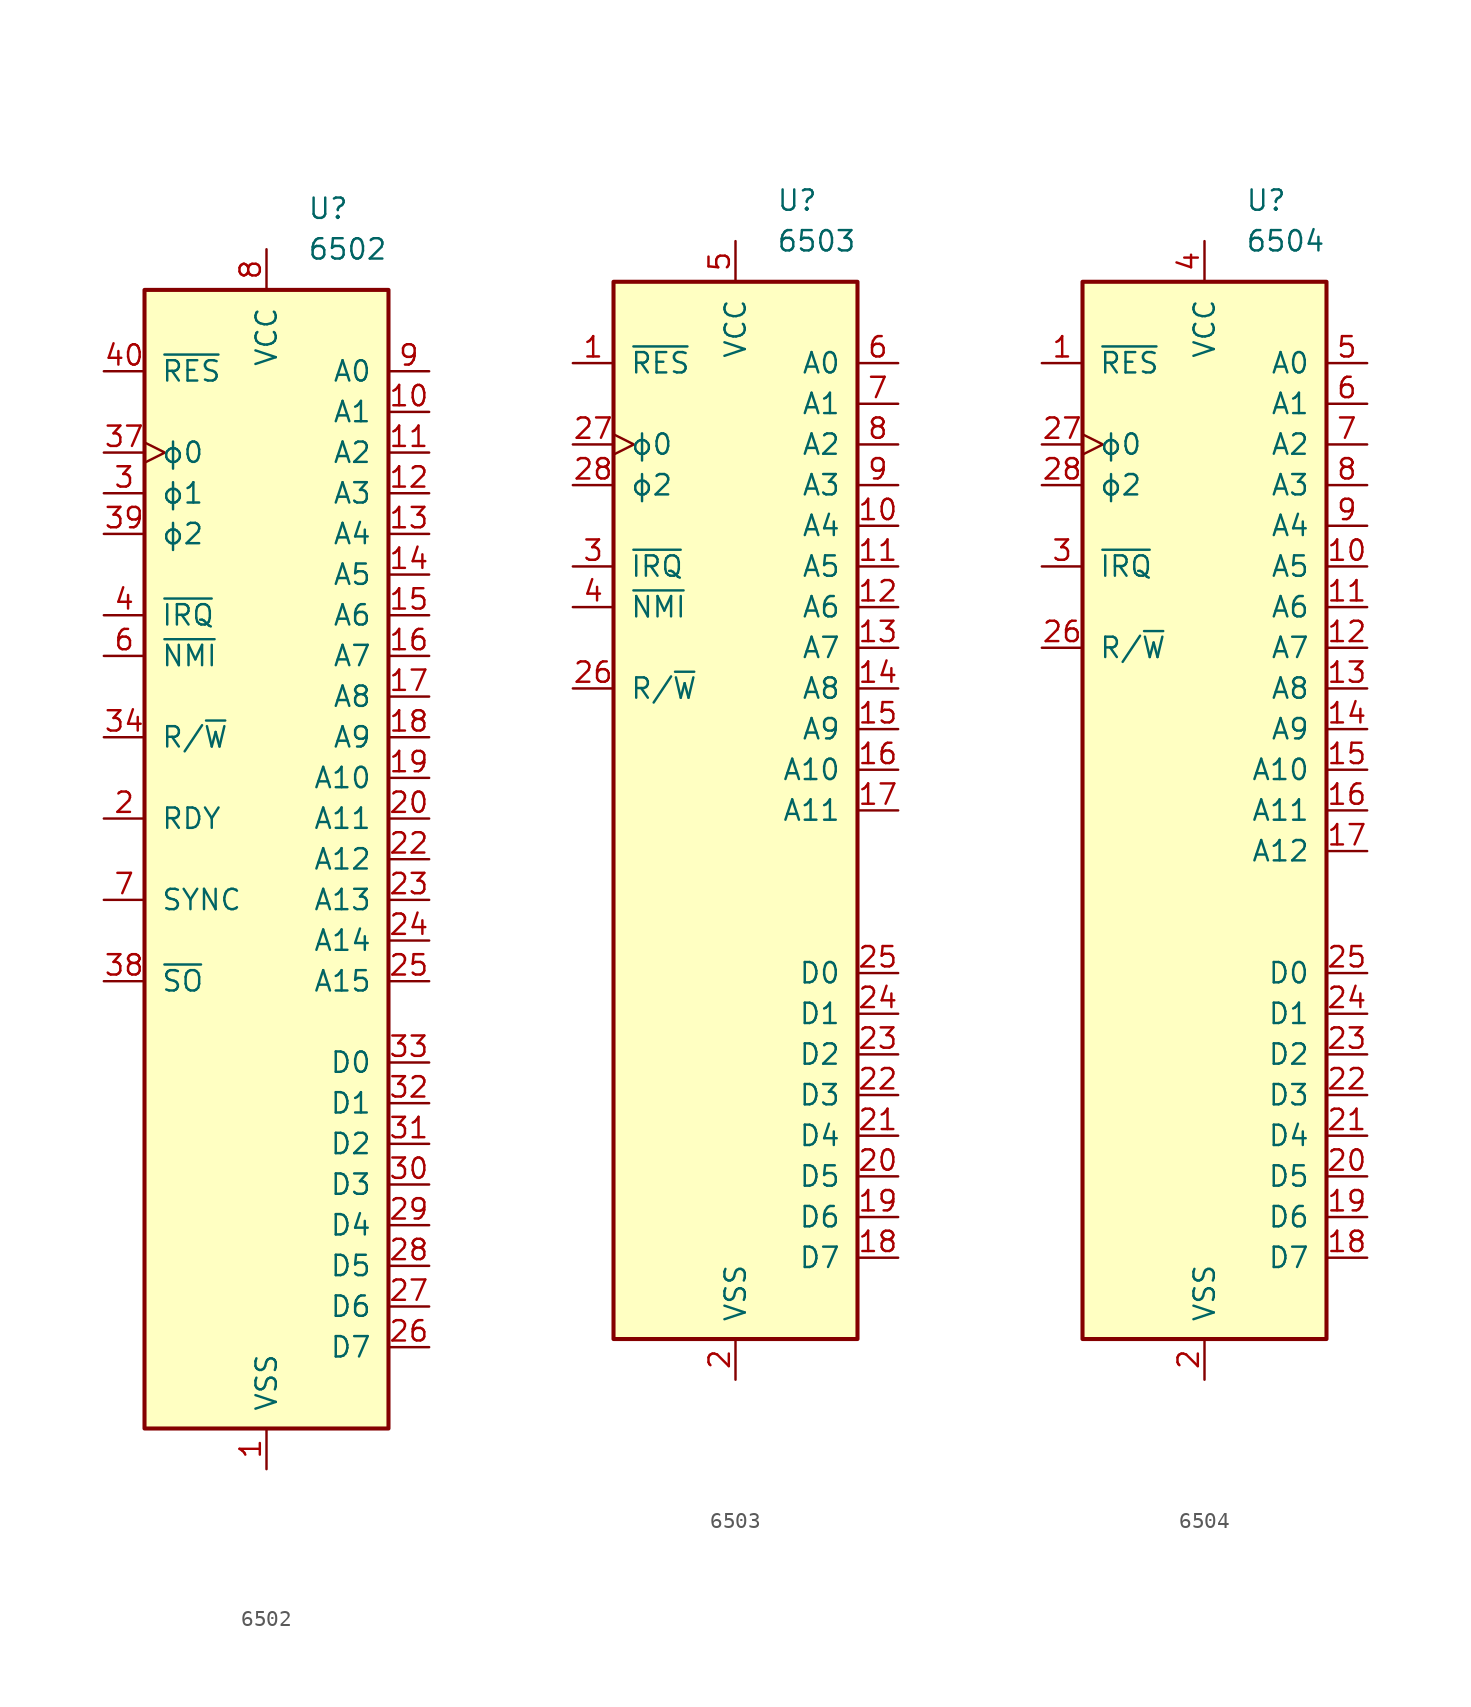
<source format=kicad_sym>
(kicad_symbol_lib
  (version 20211014)
  (generator kicad_symbol_editor)
  (symbol "6502"
    (pin_names
      (offset 1.016))
    (property "Reference" "U"
      (at 2.54 40.64 0)
      (effects (font (size 1.27 1.27)) (justify left)))
    (property "Value" "6502"
      (at 2.54 38.1 0)
      (effects (font (size 1.27 1.27)) (justify left)))
    (symbol "6502_0_1"
      (rectangle (start -7.62 35.56) (end 7.62 -35.56) (stroke (width 0.254) (type default) (color 0 0 0 0)) (fill (type background))))
    (symbol "6502_1_1"
      (pin power_in line (at 0 -38.1 90) (length 2.54) (name "VSS" (effects (font (size 1.27 1.27)))) (number "1" (effects (font (size 1.27 1.27)))))
      (pin output line (at 10.16 27.94 180) (length 2.54) (name "A1" (effects (font (size 1.27 1.27)))) (number "10" (effects (font (size 1.27 1.27)))))
      (pin output line (at 10.16 25.4 180) (length 2.54) (name "A2" (effects (font (size 1.27 1.27)))) (number "11" (effects (font (size 1.27 1.27)))))
      (pin output line (at 10.16 22.86 180) (length 2.54) (name "A3" (effects (font (size 1.27 1.27)))) (number "12" (effects (font (size 1.27 1.27)))))
      (pin output line (at 10.16 20.32 180) (length 2.54) (name "A4" (effects (font (size 1.27 1.27)))) (number "13" (effects (font (size 1.27 1.27)))))
      (pin output line (at 10.16 17.78 180) (length 2.54) (name "A5" (effects (font (size 1.27 1.27)))) (number "14" (effects (font (size 1.27 1.27)))))
      (pin output line (at 10.16 15.24 180) (length 2.54) (name "A6" (effects (font (size 1.27 1.27)))) (number "15" (effects (font (size 1.27 1.27)))))
      (pin output line (at 10.16 12.7 180) (length 2.54) (name "A7" (effects (font (size 1.27 1.27)))) (number "16" (effects (font (size 1.27 1.27)))))
      (pin output line (at 10.16 10.16 180) (length 2.54) (name "A8" (effects (font (size 1.27 1.27)))) (number "17" (effects (font (size 1.27 1.27)))))
      (pin output line (at 10.16 7.62 180) (length 2.54) (name "A9" (effects (font (size 1.27 1.27)))) (number "18" (effects (font (size 1.27 1.27)))))
      (pin output line (at 10.16 5.08 180) (length 2.54) (name "A10" (effects (font (size 1.27 1.27)))) (number "19" (effects (font (size 1.27 1.27)))))
      (pin input line (at -10.16 2.54 0) (length 2.54) (name "RDY" (effects (font (size 1.27 1.27)))) (number "2" (effects (font (size 1.27 1.27)))))
      (pin output line (at 10.16 2.54 180) (length 2.54) (name "A11" (effects (font (size 1.27 1.27)))) (number "20" (effects (font (size 1.27 1.27)))))
      (pin passive line (at 0 -38.1 90) (length 2.54) hide (name "VSS" (effects (font (size 1.27 1.27)))) (number "21" (effects (font (size 1.27 1.27)))))
      (pin output line (at 10.16 0 180) (length 2.54) (name "A12" (effects (font (size 1.27 1.27)))) (number "22" (effects (font (size 1.27 1.27)))))
      (pin output line (at 10.16 -2.54 180) (length 2.54) (name "A13" (effects (font (size 1.27 1.27)))) (number "23" (effects (font (size 1.27 1.27)))))
      (pin output line (at 10.16 -5.08 180) (length 2.54) (name "A14" (effects (font (size 1.27 1.27)))) (number "24" (effects (font (size 1.27 1.27)))))
      (pin output line (at 10.16 -7.62 180) (length 2.54) (name "A15" (effects (font (size 1.27 1.27)))) (number "25" (effects (font (size 1.27 1.27)))))
      (pin bidirectional line (at 10.16 -30.48 180) (length 2.54) (name "D7" (effects (font (size 1.27 1.27)))) (number "26" (effects (font (size 1.27 1.27)))))
      (pin bidirectional line (at 10.16 -27.94 180) (length 2.54) (name "D6" (effects (font (size 1.27 1.27)))) (number "27" (effects (font (size 1.27 1.27)))))
      (pin bidirectional line (at 10.16 -25.4 180) (length 2.54) (name "D5" (effects (font (size 1.27 1.27)))) (number "28" (effects (font (size 1.27 1.27)))))
      (pin bidirectional line (at 10.16 -22.86 180) (length 2.54) (name "D4" (effects (font (size 1.27 1.27)))) (number "29" (effects (font (size 1.27 1.27)))))
      (pin output line (at -10.16 22.86 0) (length 2.54) (name "ϕ1" (effects (font (size 1.27 1.27)))) (number "3" (effects (font (size 1.27 1.27)))))
      (pin bidirectional line (at 10.16 -20.32 180) (length 2.54) (name "D3" (effects (font (size 1.27 1.27)))) (number "30" (effects (font (size 1.27 1.27)))))
      (pin bidirectional line (at 10.16 -17.78 180) (length 2.54) (name "D2" (effects (font (size 1.27 1.27)))) (number "31" (effects (font (size 1.27 1.27)))))
      (pin bidirectional line (at 10.16 -15.24 180) (length 2.54) (name "D1" (effects (font (size 1.27 1.27)))) (number "32" (effects (font (size 1.27 1.27)))))
      (pin bidirectional line (at 10.16 -12.7 180) (length 2.54) (name "D0" (effects (font (size 1.27 1.27)))) (number "33" (effects (font (size 1.27 1.27)))))
      (pin output line (at -10.16 7.62 0) (length 2.54) (name "R/~{W}" (effects (font (size 1.27 1.27)))) (number "34" (effects (font (size 1.27 1.27)))))
      (pin no_connect non_logic (at -7.62 -15.24 0) (length 2.54) hide (name "nc" (effects (font (size 1.27 1.27)))) (number "35" (effects (font (size 1.27 1.27)))))
      (pin no_connect non_logic (at -7.62 -17.78 0) (length 2.54) hide (name "nc" (effects (font (size 1.27 1.27)))) (number "36" (effects (font (size 1.27 1.27)))))
      (pin input clock (at -10.16 25.4 0) (length 2.54) (name "ϕ0" (effects (font (size 1.27 1.27)))) (number "37" (effects (font (size 1.27 1.27)))))
      (pin input line (at -10.16 -7.62 0) (length 2.54) (name "~{SO}" (effects (font (size 1.27 1.27)))) (number "38" (effects (font (size 1.27 1.27)))))
      (pin output line (at -10.16 20.32 0) (length 2.54) (name "ϕ2" (effects (font (size 1.27 1.27)))) (number "39" (effects (font (size 1.27 1.27)))))
      (pin input line (at -10.16 15.24 0) (length 2.54) (name "~{IRQ}" (effects (font (size 1.27 1.27)))) (number "4" (effects (font (size 1.27 1.27)))))
      (pin input line (at -10.16 30.48 0) (length 2.54) (name "~{RES}" (effects (font (size 1.27 1.27)))) (number "40" (effects (font (size 1.27 1.27)))))
      (pin no_connect non_logic (at -7.62 -12.7 0) (length 2.565) hide (name "nc" (effects (font (size 1.27 1.27)))) (number "5" (effects (font (size 1.27 1.27)))))
      (pin input line (at -10.16 12.7 0) (length 2.54) (name "~{NMI}" (effects (font (size 1.27 1.27)))) (number "6" (effects (font (size 1.27 1.27)))))
      (pin output line (at -10.16 -2.54 0) (length 2.54) (name "SYNC" (effects (font (size 1.27 1.27)))) (number "7" (effects (font (size 1.27 1.27)))))
      (pin power_in line (at 0 38.1 270) (length 2.54) (name "VCC" (effects (font (size 1.27 1.27)))) (number "8" (effects (font (size 1.27 1.27)))))
      (pin output line (at 10.16 30.48 180) (length 2.54) (name "A0" (effects (font (size 1.27 1.27)))) (number "9" (effects (font (size 1.27 1.27)))))))
  (symbol "6503"
    (pin_names
      (offset 1.016))
    (property "Reference" "U"
      (at 2.54 38.1 0)
      (effects (font (size 1.27 1.27)) (justify left)))
    (property "Value" "6503"
      (at 2.54 35.56 0)
      (effects (font (size 1.27 1.27)) (justify left)))
    (symbol "6503_0_1"
      (rectangle (start -7.62 33.02) (end 7.62 -33.02) (stroke (width 0.254) (type default) (color 0 0 0 0)) (fill (type background))))
    (symbol "6503_1_1"
      (pin input line (at -10.16 27.94 0) (length 2.54) (name "~{RES}" (effects (font (size 1.27 1.27)))) (number "1" (effects (font (size 1.27 1.27)))))
      (pin output line (at 10.16 17.78 180) (length 2.54) (name "A4" (effects (font (size 1.27 1.27)))) (number "10" (effects (font (size 1.27 1.27)))))
      (pin output line (at 10.16 15.24 180) (length 2.54) (name "A5" (effects (font (size 1.27 1.27)))) (number "11" (effects (font (size 1.27 1.27)))))
      (pin output line (at 10.16 12.7 180) (length 2.54) (name "A6" (effects (font (size 1.27 1.27)))) (number "12" (effects (font (size 1.27 1.27)))))
      (pin output line (at 10.16 10.16 180) (length 2.54) (name "A7" (effects (font (size 1.27 1.27)))) (number "13" (effects (font (size 1.27 1.27)))))
      (pin output line (at 10.16 7.62 180) (length 2.54) (name "A8" (effects (font (size 1.27 1.27)))) (number "14" (effects (font (size 1.27 1.27)))))
      (pin output line (at 10.16 5.08 180) (length 2.54) (name "A9" (effects (font (size 1.27 1.27)))) (number "15" (effects (font (size 1.27 1.27)))))
      (pin output line (at 10.16 2.54 180) (length 2.54) (name "A10" (effects (font (size 1.27 1.27)))) (number "16" (effects (font (size 1.27 1.27)))))
      (pin output line (at 10.16 0 180) (length 2.54) (name "A11" (effects (font (size 1.27 1.27)))) (number "17" (effects (font (size 1.27 1.27)))))
      (pin bidirectional line (at 10.16 -27.94 180) (length 2.54) (name "D7" (effects (font (size 1.27 1.27)))) (number "18" (effects (font (size 1.27 1.27)))))
      (pin bidirectional line (at 10.16 -25.4 180) (length 2.54) (name "D6" (effects (font (size 1.27 1.27)))) (number "19" (effects (font (size 1.27 1.27)))))
      (pin power_in line (at 0 -35.56 90) (length 2.54) (name "VSS" (effects (font (size 1.27 1.27)))) (number "2" (effects (font (size 1.27 1.27)))))
      (pin bidirectional line (at 10.16 -22.86 180) (length 2.54) (name "D5" (effects (font (size 1.27 1.27)))) (number "20" (effects (font (size 1.27 1.27)))))
      (pin bidirectional line (at 10.16 -20.32 180) (length 2.54) (name "D4" (effects (font (size 1.27 1.27)))) (number "21" (effects (font (size 1.27 1.27)))))
      (pin bidirectional line (at 10.16 -17.78 180) (length 2.54) (name "D3" (effects (font (size 1.27 1.27)))) (number "22" (effects (font (size 1.27 1.27)))))
      (pin bidirectional line (at 10.16 -15.24 180) (length 2.54) (name "D2" (effects (font (size 1.27 1.27)))) (number "23" (effects (font (size 1.27 1.27)))))
      (pin bidirectional line (at 10.16 -12.7 180) (length 2.54) (name "D1" (effects (font (size 1.27 1.27)))) (number "24" (effects (font (size 1.27 1.27)))))
      (pin bidirectional line (at 10.16 -10.16 180) (length 2.54) (name "D0" (effects (font (size 1.27 1.27)))) (number "25" (effects (font (size 1.27 1.27)))))
      (pin output line (at -10.16 7.62 0) (length 2.54) (name "R/~{W}" (effects (font (size 1.27 1.27)))) (number "26" (effects (font (size 1.27 1.27)))))
      (pin input clock (at -10.16 22.86 0) (length 2.54) (name "ϕ0" (effects (font (size 1.27 1.27)))) (number "27" (effects (font (size 1.27 1.27)))))
      (pin output line (at -10.16 20.32 0) (length 2.54) (name "ϕ2" (effects (font (size 1.27 1.27)))) (number "28" (effects (font (size 1.27 1.27)))))
      (pin input line (at -10.16 15.24 0) (length 2.54) (name "~{IRQ}" (effects (font (size 1.27 1.27)))) (number "3" (effects (font (size 1.27 1.27)))))
      (pin input line (at -10.16 12.7 0) (length 2.54) (name "~{NMI}" (effects (font (size 1.27 1.27)))) (number "4" (effects (font (size 1.27 1.27)))))
      (pin power_in line (at 0 35.56 270) (length 2.54) (name "VCC" (effects (font (size 1.27 1.27)))) (number "5" (effects (font (size 1.27 1.27)))))
      (pin output line (at 10.16 27.94 180) (length 2.54) (name "A0" (effects (font (size 1.27 1.27)))) (number "6" (effects (font (size 1.27 1.27)))))
      (pin output line (at 10.16 25.4 180) (length 2.54) (name "A1" (effects (font (size 1.27 1.27)))) (number "7" (effects (font (size 1.27 1.27)))))
      (pin output line (at 10.16 22.86 180) (length 2.54) (name "A2" (effects (font (size 1.27 1.27)))) (number "8" (effects (font (size 1.27 1.27)))))
      (pin output line (at 10.16 20.32 180) (length 2.54) (name "A3" (effects (font (size 1.27 1.27)))) (number "9" (effects (font (size 1.27 1.27)))))))
  (symbol "6504"
    (pin_names
      (offset 1.016))
    (property "Reference" "U"
      (at 2.54 38.1 0)
      (effects (font (size 1.27 1.27)) (justify left)))
    (property "Value" "6504"
      (at 2.54 35.56 0)
      (effects (font (size 1.27 1.27)) (justify left)))
    (symbol "6504_0_1"
      (rectangle (start -7.62 33.02) (end 7.62 -33.02) (stroke (width 0.254) (type default) (color 0 0 0 0)) (fill (type background))))
    (symbol "6504_1_1"
      (pin input line (at -10.16 27.94 0) (length 2.54) (name "~{RES}" (effects (font (size 1.27 1.27)))) (number "1" (effects (font (size 1.27 1.27)))))
      (pin output line (at 10.16 15.24 180) (length 2.54) (name "A5" (effects (font (size 1.27 1.27)))) (number "10" (effects (font (size 1.27 1.27)))))
      (pin output line (at 10.16 12.7 180) (length 2.54) (name "A6" (effects (font (size 1.27 1.27)))) (number "11" (effects (font (size 1.27 1.27)))))
      (pin output line (at 10.16 10.16 180) (length 2.54) (name "A7" (effects (font (size 1.27 1.27)))) (number "12" (effects (font (size 1.27 1.27)))))
      (pin output line (at 10.16 7.62 180) (length 2.54) (name "A8" (effects (font (size 1.27 1.27)))) (number "13" (effects (font (size 1.27 1.27)))))
      (pin output line (at 10.16 5.08 180) (length 2.54) (name "A9" (effects (font (size 1.27 1.27)))) (number "14" (effects (font (size 1.27 1.27)))))
      (pin output line (at 10.16 2.54 180) (length 2.54) (name "A10" (effects (font (size 1.27 1.27)))) (number "15" (effects (font (size 1.27 1.27)))))
      (pin output line (at 10.16 0 180) (length 2.54) (name "A11" (effects (font (size 1.27 1.27)))) (number "16" (effects (font (size 1.27 1.27)))))
      (pin output line (at 10.16 -2.54 180) (length 2.54) (name "A12" (effects (font (size 1.27 1.27)))) (number "17" (effects (font (size 1.27 1.27)))))
      (pin bidirectional line (at 10.16 -27.94 180) (length 2.54) (name "D7" (effects (font (size 1.27 1.27)))) (number "18" (effects (font (size 1.27 1.27)))))
      (pin bidirectional line (at 10.16 -25.4 180) (length 2.54) (name "D6" (effects (font (size 1.27 1.27)))) (number "19" (effects (font (size 1.27 1.27)))))
      (pin power_in line (at 0 -35.56 90) (length 2.54) (name "VSS" (effects (font (size 1.27 1.27)))) (number "2" (effects (font (size 1.27 1.27)))))
      (pin bidirectional line (at 10.16 -22.86 180) (length 2.54) (name "D5" (effects (font (size 1.27 1.27)))) (number "20" (effects (font (size 1.27 1.27)))))
      (pin bidirectional line (at 10.16 -20.32 180) (length 2.54) (name "D4" (effects (font (size 1.27 1.27)))) (number "21" (effects (font (size 1.27 1.27)))))
      (pin bidirectional line (at 10.16 -17.78 180) (length 2.54) (name "D3" (effects (font (size 1.27 1.27)))) (number "22" (effects (font (size 1.27 1.27)))))
      (pin bidirectional line (at 10.16 -15.24 180) (length 2.54) (name "D2" (effects (font (size 1.27 1.27)))) (number "23" (effects (font (size 1.27 1.27)))))
      (pin bidirectional line (at 10.16 -12.7 180) (length 2.54) (name "D1" (effects (font (size 1.27 1.27)))) (number "24" (effects (font (size 1.27 1.27)))))
      (pin bidirectional line (at 10.16 -10.16 180) (length 2.54) (name "D0" (effects (font (size 1.27 1.27)))) (number "25" (effects (font (size 1.27 1.27)))))
      (pin output line (at -10.16 10.16 0) (length 2.54) (name "R/~{W}" (effects (font (size 1.27 1.27)))) (number "26" (effects (font (size 1.27 1.27)))))
      (pin input clock (at -10.16 22.86 0) (length 2.54) (name "ϕ0" (effects (font (size 1.27 1.27)))) (number "27" (effects (font (size 1.27 1.27)))))
      (pin output line (at -10.16 20.32 0) (length 2.54) (name "ϕ2" (effects (font (size 1.27 1.27)))) (number "28" (effects (font (size 1.27 1.27)))))
      (pin input line (at -10.16 15.24 0) (length 2.54) (name "~{IRQ}" (effects (font (size 1.27 1.27)))) (number "3" (effects (font (size 1.27 1.27)))))
      (pin power_in line (at 0 35.56 270) (length 2.54) (name "VCC" (effects (font (size 1.27 1.27)))) (number "4" (effects (font (size 1.27 1.27)))))
      (pin output line (at 10.16 27.94 180) (length 2.54) (name "A0" (effects (font (size 1.27 1.27)))) (number "5" (effects (font (size 1.27 1.27)))))
      (pin output line (at 10.16 25.4 180) (length 2.54) (name "A1" (effects (font (size 1.27 1.27)))) (number "6" (effects (font (size 1.27 1.27)))))
      (pin output line (at 10.16 22.86 180) (length 2.54) (name "A2" (effects (font (size 1.27 1.27)))) (number "7" (effects (font (size 1.27 1.27)))))
      (pin output line (at 10.16 20.32 180) (length 2.54) (name "A3" (effects (font (size 1.27 1.27)))) (number "8" (effects (font (size 1.27 1.27)))))
      (pin output line (at 10.16 17.78 180) (length 2.54) (name "A4" (effects (font (size 1.27 1.27)))) (number "9" (effects (font (size 1.27 1.27))))))))
</source>
